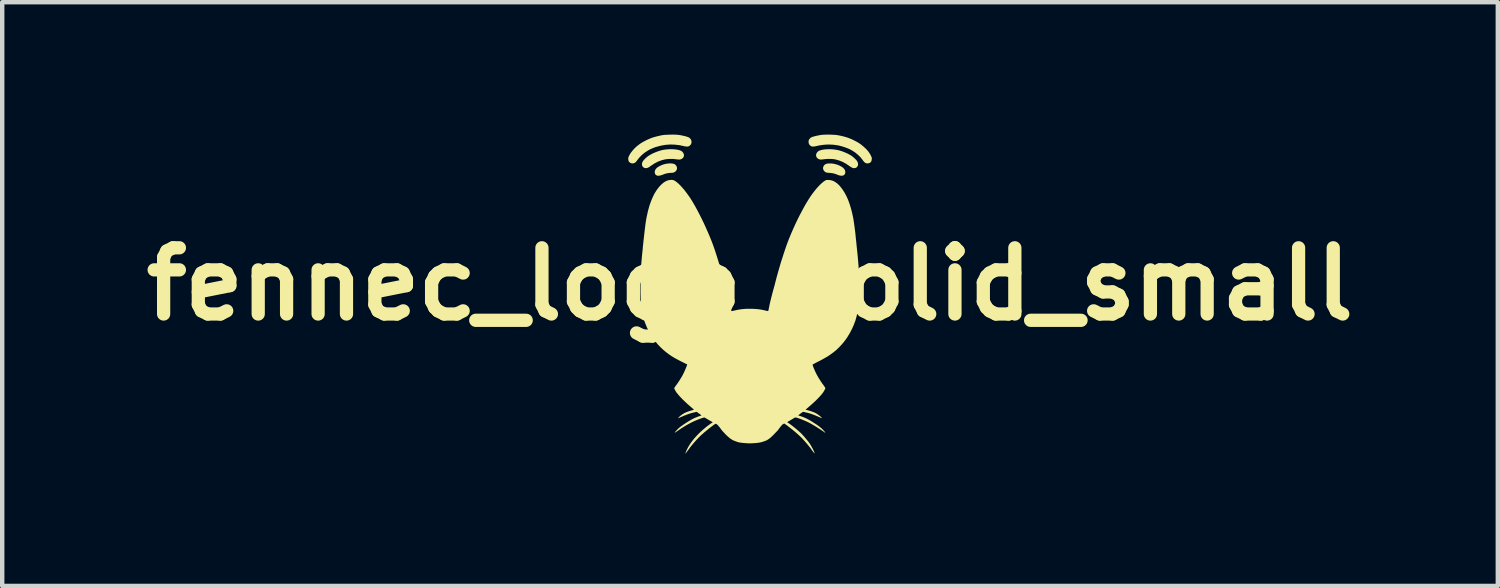
<source format=kicad_pcb>
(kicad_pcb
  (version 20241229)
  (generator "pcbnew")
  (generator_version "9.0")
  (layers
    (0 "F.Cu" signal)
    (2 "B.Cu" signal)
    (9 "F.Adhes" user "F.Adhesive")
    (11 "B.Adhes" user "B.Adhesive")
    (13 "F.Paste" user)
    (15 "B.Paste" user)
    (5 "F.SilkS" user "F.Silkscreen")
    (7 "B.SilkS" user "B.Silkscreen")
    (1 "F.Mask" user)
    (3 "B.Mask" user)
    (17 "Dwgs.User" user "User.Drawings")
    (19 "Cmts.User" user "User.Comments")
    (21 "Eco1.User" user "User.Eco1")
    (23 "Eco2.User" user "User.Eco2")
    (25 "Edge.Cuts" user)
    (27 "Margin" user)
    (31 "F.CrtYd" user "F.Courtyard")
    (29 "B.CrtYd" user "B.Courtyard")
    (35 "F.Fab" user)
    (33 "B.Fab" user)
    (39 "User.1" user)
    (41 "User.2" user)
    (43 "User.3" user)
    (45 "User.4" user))
  (footprint "fennec_logo_solid_small"
    (layer "F.Cu")
    (at 13.943 3.386)
    (property "Reference" "fennec_logo_solid_small" (at 0 0 0) (layer "F.SilkS") (effects (font (size 1.5 1.5) (thickness 0.3))))
    (attr board_only exclude_from_pos_files exclude_from_bom)
    (fp_poly (pts (xy 1.905 -2.724) (xy 1.961 -2.71) (xy 2.018 -2.688) (xy 2.065 -2.665) (xy 2.102 -2.64) (xy 2.13 -2.613) (xy 2.149 -2.584) (xy 2.158 -2.552) (xy 2.159 -2.536) (xy 2.155 -2.507) (xy 2.144 -2.484) (xy 2.125 -2.467) (xy 2.1 -2.457) (xy 2.07 -2.454) (xy 2.035 -2.459) (xy 2.01 -2.466) (xy 1.986 -2.475) (xy 1.96 -2.485) (xy 1.941 -2.492) (xy 1.91 -2.502) (xy 1.872 -2.511) (xy 1.832 -2.517) (xy 1.793 -2.52) (xy 1.787 -2.52) (xy 1.754 -2.522) (xy 1.728 -2.528) (xy 1.705 -2.539) (xy 1.689 -2.551) (xy 1.669 -2.576) (xy 1.657 -2.603) (xy 1.654 -2.632) (xy 1.661 -2.661) (xy 1.677 -2.688) (xy 1.678 -2.689) (xy 1.699 -2.71) (xy 1.726 -2.723) (xy 1.76 -2.731) (xy 1.773 -2.732) (xy 1.839 -2.733)) (stroke (width 0) (type solid)) (fill yes) (layer "F.SilkS"))
    (fp_poly (pts (xy -1.758 -2.731) (xy -1.728 -2.724) (xy -1.714 -2.719) (xy -1.687 -2.7) (xy -1.669 -2.677) (xy -1.657 -2.65) (xy -1.654 -2.622) (xy -1.66 -2.594) (xy -1.674 -2.568) (xy -1.689 -2.551) (xy -1.711 -2.536) (xy -1.734 -2.526) (xy -1.762 -2.521) (xy -1.787 -2.52) (xy -1.825 -2.518) (xy -1.865 -2.512) (xy -1.904 -2.504) (xy -1.936 -2.494) (xy -1.941 -2.492) (xy -1.985 -2.475) (xy -2.022 -2.463) (xy -2.052 -2.456) (xy -2.078 -2.454) (xy -2.099 -2.456) (xy -2.118 -2.463) (xy -2.12 -2.464) (xy -2.141 -2.48) (xy -2.154 -2.503) (xy -2.159 -2.531) (xy -2.159 -2.536) (xy -2.155 -2.568) (xy -2.141 -2.598) (xy -2.118 -2.626) (xy -2.086 -2.652) (xy -2.044 -2.676) (xy -1.992 -2.699) (xy -1.961 -2.71) (xy -1.92 -2.721) (xy -1.878 -2.729) (xy -1.835 -2.733) (xy -1.795 -2.734)) (stroke (width 0) (type solid)) (fill yes) (layer "F.SilkS"))
    (fp_poly (pts (xy -1.75 -3.055) (xy -1.695 -3.051) (xy -1.645 -3.044) (xy -1.602 -3.034) (xy -1.566 -3.02) (xy -1.56 -3.018) (xy -1.537 -3.001) (xy -1.517 -2.978) (xy -1.503 -2.953) (xy -1.499 -2.941) (xy -1.496 -2.912) (xy -1.503 -2.884) (xy -1.518 -2.86) (xy -1.54 -2.84) (xy -1.569 -2.827) (xy -1.592 -2.821) (xy -1.606 -2.821) (xy -1.627 -2.822) (xy -1.651 -2.825) (xy -1.668 -2.827) (xy -1.756 -2.836) (xy -1.842 -2.835) (xy -1.925 -2.825) (xy -2.006 -2.804) (xy -2.086 -2.774) (xy -2.164 -2.733) (xy -2.24 -2.683) (xy -2.243 -2.681) (xy -2.264 -2.666) (xy -2.284 -2.652) (xy -2.302 -2.642) (xy -2.308 -2.639) (xy -2.337 -2.628) (xy -2.368 -2.627) (xy -2.397 -2.633) (xy -2.406 -2.638) (xy -2.428 -2.656) (xy -2.442 -2.679) (xy -2.448 -2.707) (xy -2.447 -2.737) (xy -2.436 -2.768) (xy -2.435 -2.769) (xy -2.422 -2.79) (xy -2.401 -2.816) (xy -2.376 -2.842) (xy -2.346 -2.869) (xy -2.315 -2.894) (xy -2.303 -2.903) (xy -2.255 -2.932) (xy -2.2 -2.961) (xy -2.14 -2.987) (xy -2.078 -3.01) (xy -2.017 -3.029) (xy -1.979 -3.038) (xy -1.923 -3.047) (xy -1.865 -3.053) (xy -1.807 -3.056)) (stroke (width 0) (type solid)) (fill yes) (layer "F.SilkS"))
    (fp_poly (pts (xy 1.855 -3.054) (xy 1.913 -3.048) (xy 1.969 -3.04) (xy 1.979 -3.038) (xy 2.039 -3.023) (xy 2.101 -3.003) (xy 2.162 -2.978) (xy 2.221 -2.951) (xy 2.273 -2.922) (xy 2.303 -2.903) (xy 2.334 -2.879) (xy 2.364 -2.853) (xy 2.392 -2.826) (xy 2.415 -2.8) (xy 2.431 -2.777) (xy 2.435 -2.769) (xy 2.446 -2.737) (xy 2.448 -2.708) (xy 2.442 -2.681) (xy 2.43 -2.659) (xy 2.411 -2.641) (xy 2.387 -2.63) (xy 2.36 -2.626) (xy 2.331 -2.63) (xy 2.302 -2.642) (xy 2.285 -2.652) (xy 2.263 -2.666) (xy 2.242 -2.681) (xy 2.239 -2.684) (xy 2.168 -2.731) (xy 2.093 -2.771) (xy 2.016 -2.801) (xy 1.938 -2.823) (xy 1.898 -2.83) (xy 1.857 -2.834) (xy 1.81 -2.836) (xy 1.76 -2.835) (xy 1.711 -2.832) (xy 1.668 -2.827) (xy 1.643 -2.824) (xy 1.62 -2.822) (xy 1.6 -2.821) (xy 1.592 -2.821) (xy 1.559 -2.83) (xy 1.533 -2.845) (xy 1.513 -2.866) (xy 1.5 -2.892) (xy 1.496 -2.92) (xy 1.499 -2.941) (xy 1.509 -2.967) (xy 1.527 -2.991) (xy 1.549 -3.011) (xy 1.56 -3.018) (xy 1.594 -3.031) (xy 1.637 -3.042) (xy 1.686 -3.05) (xy 1.739 -3.054) (xy 1.796 -3.056)) (stroke (width 0) (type solid)) (fill yes) (layer "F.SilkS"))
    (fp_poly (pts (xy -1.727 -3.386) (xy -1.687 -3.385) (xy -1.651 -3.383) (xy -1.623 -3.38) (xy -1.613 -3.379) (xy -1.559 -3.37) (xy -1.509 -3.359) (xy -1.465 -3.349) (xy -1.428 -3.338) (xy -1.399 -3.327) (xy -1.378 -3.317) (xy -1.377 -3.316) (xy -1.352 -3.294) (xy -1.335 -3.267) (xy -1.326 -3.237) (xy -1.325 -3.207) (xy -1.334 -3.177) (xy -1.343 -3.161) (xy -1.362 -3.139) (xy -1.385 -3.124) (xy -1.412 -3.116) (xy -1.446 -3.116) (xy -1.485 -3.122) (xy -1.502 -3.126) (xy -1.605 -3.148) (xy -1.708 -3.159) (xy -1.813 -3.162) (xy -1.916 -3.154) (xy -2.019 -3.136) (xy -2.12 -3.109) (xy -2.137 -3.104) (xy -2.168 -3.093) (xy -2.2 -3.08) (xy -2.23 -3.068) (xy -2.254 -3.058) (xy -2.259 -3.055) (xy -2.326 -3.018) (xy -2.39 -2.975) (xy -2.448 -2.927) (xy -2.5 -2.875) (xy -2.544 -2.821) (xy -2.546 -2.819) (xy -2.56 -2.799) (xy -2.574 -2.781) (xy -2.586 -2.767) (xy -2.592 -2.76) (xy -2.616 -2.744) (xy -2.645 -2.735) (xy -2.675 -2.734) (xy -2.703 -2.741) (xy -2.728 -2.757) (xy -2.746 -2.778) (xy -2.756 -2.805) (xy -2.759 -2.836) (xy -2.758 -2.853) (xy -2.756 -2.868) (xy -2.751 -2.883) (xy -2.742 -2.902) (xy -2.736 -2.914) (xy -2.705 -2.968) (xy -2.664 -3.021) (xy -2.617 -3.074) (xy -2.563 -3.124) (xy -2.504 -3.169) (xy -2.48 -3.186) (xy -2.443 -3.209) (xy -2.399 -3.233) (xy -2.352 -3.258) (xy -2.305 -3.28) (xy -2.259 -3.3) (xy -2.22 -3.315) (xy -2.174 -3.329) (xy -2.121 -3.344) (xy -2.066 -3.357) (xy -2.012 -3.369) (xy -1.963 -3.377) (xy -1.963 -3.377) (xy -1.935 -3.38) (xy -1.9 -3.382) (xy -1.859 -3.384) (xy -1.816 -3.385) (xy -1.771 -3.386)) (stroke (width 0) (type solid)) (fill yes) (layer "F.SilkS"))
    (fp_poly (pts (xy 1.795 -3.386) (xy 1.839 -3.385) (xy 1.881 -3.383) (xy 1.919 -3.381) (xy 1.95 -3.378) (xy 1.962 -3.377) (xy 2.01 -3.369) (xy 2.062 -3.358) (xy 2.117 -3.345) (xy 2.169 -3.331) (xy 2.215 -3.316) (xy 2.22 -3.315) (xy 2.26 -3.299) (xy 2.306 -3.28) (xy 2.353 -3.257) (xy 2.4 -3.233) (xy 2.444 -3.209) (xy 2.48 -3.186) (xy 2.518 -3.159) (xy 2.558 -3.126) (xy 2.597 -3.092) (xy 2.634 -3.057) (xy 2.664 -3.023) (xy 2.681 -3.003) (xy 2.698 -2.979) (xy 2.716 -2.951) (xy 2.731 -2.924) (xy 2.736 -2.914) (xy 2.747 -2.892) (xy 2.754 -2.875) (xy 2.758 -2.86) (xy 2.759 -2.845) (xy 2.759 -2.836) (xy 2.755 -2.803) (xy 2.745 -2.776) (xy 2.73 -2.757) (xy 2.707 -2.743) (xy 2.68 -2.735) (xy 2.651 -2.734) (xy 2.624 -2.74) (xy 2.622 -2.741) (xy 2.609 -2.747) (xy 2.598 -2.756) (xy 2.586 -2.767) (xy 2.572 -2.783) (xy 2.555 -2.806) (xy 2.546 -2.819) (xy 2.502 -2.873) (xy 2.45 -2.925) (xy 2.392 -2.974) (xy 2.328 -3.017) (xy 2.262 -3.054) (xy 2.259 -3.055) (xy 2.219 -3.073) (xy 2.171 -3.091) (xy 2.12 -3.109) (xy 2.069 -3.124) (xy 2.021 -3.136) (xy 1.994 -3.142) (xy 1.888 -3.157) (xy 1.785 -3.162) (xy 1.682 -3.157) (xy 1.579 -3.143) (xy 1.501 -3.126) (xy 1.46 -3.118) (xy 1.426 -3.115) (xy 1.398 -3.119) (xy 1.374 -3.13) (xy 1.354 -3.148) (xy 1.343 -3.162) (xy 1.332 -3.185) (xy 1.326 -3.213) (xy 1.327 -3.241) (xy 1.334 -3.266) (xy 1.335 -3.269) (xy 1.354 -3.296) (xy 1.379 -3.318) (xy 1.39 -3.324) (xy 1.414 -3.334) (xy 1.447 -3.344) (xy 1.488 -3.355) (xy 1.535 -3.365) (xy 1.587 -3.375) (xy 1.613 -3.379) (xy 1.638 -3.382) (xy 1.67 -3.384) (xy 1.708 -3.385) (xy 1.751 -3.386)) (stroke (width 0) (type solid)) (fill yes) (layer "F.SilkS"))
    (fp_poly (pts (xy -1.747 -2.358) (xy -1.746 -2.358) (xy -1.719 -2.348) (xy -1.687 -2.329) (xy -1.653 -2.303) (xy -1.615 -2.27) (xy -1.575 -2.23) (xy -1.533 -2.184) (xy -1.489 -2.133) (xy -1.446 -2.077) (xy -1.402 -2.017) (xy -1.358 -1.954) (xy -1.343 -1.93) (xy -1.295 -1.853) (xy -1.246 -1.768) (xy -1.196 -1.676) (xy -1.145 -1.579) (xy -1.094 -1.477) (xy -1.043 -1.372) (xy -0.995 -1.266) (xy -0.948 -1.16) (xy -0.904 -1.056) (xy -0.863 -0.954) (xy -0.827 -0.856) (xy -0.795 -0.764) (xy -0.79 -0.749) (xy -0.75 -0.624) (xy -0.71 -0.494) (xy -0.672 -0.363) (xy -0.635 -0.234) (xy -0.601 -0.111) (xy -0.593 -0.078) (xy -0.582 -0.037) (xy -0.569 0.009) (xy -0.557 0.057) (xy -0.544 0.102) (xy -0.536 0.132) (xy -0.522 0.183) (xy -0.508 0.237) (xy -0.494 0.292) (xy -0.481 0.346) (xy -0.468 0.399) (xy -0.457 0.447) (xy -0.447 0.491) (xy -0.44 0.527) (xy -0.437 0.542) (xy -0.432 0.566) (xy -0.428 0.587) (xy -0.424 0.602) (xy -0.422 0.61) (xy -0.422 0.61) (xy -0.417 0.612) (xy -0.407 0.612) (xy -0.39 0.608) (xy -0.368 0.603) (xy -0.279 0.583) (xy -0.188 0.569) (xy -0.093 0.561) (xy 0.007 0.56) (xy 0.045 0.56) (xy 0.121 0.564) (xy 0.19 0.57) (xy 0.256 0.58) (xy 0.321 0.593) (xy 0.345 0.599) (xy 0.369 0.605) (xy 0.389 0.609) (xy 0.404 0.611) (xy 0.412 0.611) (xy 0.412 0.611) (xy 0.414 0.605) (xy 0.418 0.591) (xy 0.423 0.57) (xy 0.428 0.543) (xy 0.434 0.514) (xy 0.434 0.513) (xy 0.443 0.469) (xy 0.453 0.423) (xy 0.465 0.374) (xy 0.478 0.321) (xy 0.493 0.262) (xy 0.51 0.196) (xy 0.53 0.122) (xy 0.534 0.109) (xy 0.544 0.072) (xy 0.554 0.036) (xy 0.563 0.002) (xy 0.57 -0.027) (xy 0.576 -0.05) (xy 0.579 -0.061) (xy 0.6 -0.143) (xy 0.624 -0.23) (xy 0.65 -0.321) (xy 0.677 -0.414) (xy 0.705 -0.508) (xy 0.735 -0.6) (xy 0.764 -0.691) (xy 0.793 -0.778) (xy 0.821 -0.86) (xy 0.848 -0.935) (xy 0.874 -1.003) (xy 0.883 -1.026) (xy 0.928 -1.135) (xy 0.976 -1.245) (xy 1.025 -1.354) (xy 1.076 -1.461) (xy 1.128 -1.565) (xy 1.181 -1.664) (xy 1.232 -1.759) (xy 1.283 -1.847) (xy 1.333 -1.928) (xy 1.376 -1.994) (xy 1.42 -2.055) (xy 1.464 -2.112) (xy 1.508 -2.166) (xy 1.552 -2.215) (xy 1.594 -2.258) (xy 1.635 -2.295) (xy 1.672 -2.325) (xy 1.705 -2.346) (xy 1.707 -2.348) (xy 1.72 -2.354) (xy 1.734 -2.357) (xy 1.75 -2.359) (xy 1.774 -2.359) (xy 1.776 -2.359) (xy 1.827 -2.354) (xy 1.877 -2.34) (xy 1.926 -2.315) (xy 1.974 -2.281) (xy 2.021 -2.237) (xy 2.046 -2.208) (xy 2.096 -2.143) (xy 2.141 -2.073) (xy 2.183 -1.995) (xy 2.221 -1.911) (xy 2.255 -1.818) (xy 2.286 -1.718) (xy 2.314 -1.608) (xy 2.337 -1.504) (xy 2.341 -1.482) (xy 2.345 -1.453) (xy 2.351 -1.417) (xy 2.357 -1.376) (xy 2.363 -1.332) (xy 2.369 -1.287) (xy 2.375 -1.243) (xy 2.38 -1.201) (xy 2.385 -1.163) (xy 2.388 -1.133) (xy 2.39 -1.113) (xy 2.393 -1.085) (xy 2.396 -1.052) (xy 2.4 -1.014) (xy 2.405 -0.974) (xy 2.408 -0.937) (xy 2.418 -0.841) (xy 2.427 -0.755) (xy 2.435 -0.676) (xy 2.442 -0.604) (xy 2.448 -0.538) (xy 2.453 -0.477) (xy 2.458 -0.421) (xy 2.461 -0.366) (xy 2.464 -0.314) (xy 2.467 -0.263) (xy 2.468 -0.211) (xy 2.47 -0.159) (xy 2.471 -0.104) (xy 2.471 -0.045) (xy 2.472 0.017) (xy 2.472 0.064) (xy 2.472 0.13) (xy 2.472 0.188) (xy 2.471 0.239) (xy 2.471 0.283) (xy 2.47 0.322) (xy 2.468 0.357) (xy 2.467 0.389) (xy 2.464 0.42) (xy 2.461 0.451) (xy 2.457 0.484) (xy 2.453 0.518) (xy 2.447 0.557) (xy 2.441 0.6) (xy 2.441 0.601) (xy 2.419 0.714) (xy 2.388 0.827) (xy 2.346 0.937) (xy 2.309 1.019) (xy 2.258 1.116) (xy 2.203 1.206) (xy 2.144 1.29) (xy 2.079 1.368) (xy 2.065 1.383) (xy 2.011 1.44) (xy 1.955 1.493) (xy 1.895 1.543) (xy 1.831 1.59) (xy 1.762 1.637) (xy 1.685 1.682) (xy 1.601 1.728) (xy 1.518 1.77) (xy 1.489 1.785) (xy 1.463 1.799) (xy 1.442 1.81) (xy 1.426 1.819) (xy 1.419 1.824) (xy 1.418 1.826) (xy 1.42 1.838) (xy 1.426 1.858) (xy 1.436 1.884) (xy 1.448 1.915) (xy 1.463 1.949) (xy 1.479 1.985) (xy 1.496 2.021) (xy 1.503 2.035) (xy 1.526 2.077) (xy 1.554 2.126) (xy 1.586 2.177) (xy 1.62 2.229) (xy 1.656 2.279) (xy 1.675 2.306) (xy 1.688 2.324) (xy 1.699 2.341) (xy 1.706 2.353) (xy 1.707 2.358) (xy 1.705 2.368) (xy 1.697 2.385) (xy 1.687 2.405) (xy 1.674 2.427) (xy 1.661 2.448) (xy 1.65 2.464) (xy 1.616 2.507) (xy 1.573 2.555) (xy 1.524 2.606) (xy 1.469 2.66) (xy 1.409 2.715) (xy 1.345 2.771) (xy 1.318 2.795) (xy 1.298 2.812) (xy 1.28 2.827) (xy 1.268 2.838) (xy 1.261 2.844) (xy 1.26 2.845) (xy 1.265 2.848) (xy 1.276 2.851) (xy 1.281 2.852) (xy 1.297 2.856) (xy 1.32 2.862) (xy 1.348 2.87) (xy 1.378 2.88) (xy 1.407 2.89) (xy 1.434 2.9) (xy 1.456 2.908) (xy 1.461 2.911) (xy 1.502 2.932) (xy 1.544 2.959) (xy 1.582 2.988) (xy 1.606 3.01) (xy 1.621 3.026) (xy 1.629 3.036) (xy 1.629 3.039) (xy 1.626 3.039) (xy 1.617 3.035) (xy 1.601 3.028) (xy 1.579 3.019) (xy 1.553 3.008) (xy 1.524 2.995) (xy 1.522 2.995) (xy 1.468 2.972) (xy 1.421 2.954) (xy 1.378 2.939) (xy 1.337 2.926) (xy 1.296 2.915) (xy 1.264 2.908) (xy 1.2 2.894) (xy 1.16 2.923) (xy 1.141 2.937) (xy 1.123 2.95) (xy 1.11 2.96) (xy 1.106 2.963) (xy 1.091 2.975) (xy 1.144 2.992) (xy 1.211 3.016) (xy 1.281 3.047) (xy 1.354 3.086) (xy 1.401 3.114) (xy 1.458 3.151) (xy 1.508 3.183) (xy 1.551 3.213) (xy 1.587 3.242) (xy 1.62 3.269) (xy 1.648 3.296) (xy 1.674 3.325) (xy 1.682 3.334) (xy 1.695 3.35) (xy 1.703 3.362) (xy 1.707 3.37) (xy 1.706 3.372) (xy 1.7 3.368) (xy 1.698 3.367) (xy 1.684 3.356) (xy 1.663 3.341) (xy 1.635 3.322) (xy 1.603 3.3) (xy 1.566 3.277) (xy 1.527 3.252) (xy 1.487 3.227) (xy 1.447 3.203) (xy 1.408 3.18) (xy 1.388 3.168) (xy 1.353 3.149) (xy 1.312 3.128) (xy 1.266 3.107) (xy 1.218 3.087) (xy 1.172 3.068) (xy 1.129 3.051) (xy 1.11 3.045) (xy 1.08 3.035) (xy 1.058 3.028) (xy 1.041 3.024) (xy 1.028 3.023) (xy 1.016 3.026) (xy 1.002 3.032) (xy 0.986 3.042) (xy 0.965 3.056) (xy 0.965 3.056) (xy 0.943 3.069) (xy 0.917 3.084) (xy 0.892 3.099) (xy 0.887 3.102) (xy 0.868 3.112) (xy 0.854 3.121) (xy 0.845 3.127) (xy 0.843 3.128) (xy 0.847 3.133) (xy 0.858 3.14) (xy 0.868 3.147) (xy 0.895 3.165) (xy 0.927 3.189) (xy 0.964 3.217) (xy 1.003 3.248) (xy 1.043 3.28) (xy 1.081 3.313) (xy 1.116 3.344) (xy 1.147 3.372) (xy 1.164 3.388) (xy 1.183 3.409) (xy 1.207 3.435) (xy 1.234 3.465) (xy 1.261 3.498) (xy 1.288 3.53) (xy 1.313 3.56) (xy 1.331 3.584) (xy 1.349 3.609) (xy 1.368 3.638) (xy 1.387 3.67) (xy 1.405 3.704) (xy 1.423 3.736) (xy 1.438 3.767) (xy 1.45 3.795) (xy 1.459 3.818) (xy 1.463 3.834) (xy 1.463 3.837) (xy 1.461 3.837) (xy 1.453 3.829) (xy 1.44 3.813) (xy 1.422 3.79) (xy 1.399 3.759) (xy 1.377 3.728) (xy 1.363 3.708) (xy 1.342 3.683) (xy 1.318 3.653) (xy 1.292 3.621) (xy 1.264 3.588) (xy 1.236 3.556) (xy 1.209 3.526) (xy 1.186 3.501) (xy 1.181 3.495) (xy 1.148 3.463) (xy 1.109 3.426) (xy 1.065 3.387) (xy 1.018 3.346) (xy 0.968 3.305) (xy 0.919 3.265) (xy 0.872 3.229) (xy 0.835 3.201) (xy 0.777 3.16) (xy 0.758 3.168) (xy 0.742 3.177) (xy 0.727 3.19) (xy 0.725 3.192) (xy 0.708 3.211) (xy 0.689 3.235) (xy 0.67 3.259) (xy 0.653 3.282) (xy 0.643 3.297) (xy 0.635 3.307) (xy 0.621 3.323) (xy 0.602 3.343) (xy 0.58 3.366) (xy 0.555 3.392) (xy 0.539 3.409) (xy 0.502 3.445) (xy 0.471 3.474) (xy 0.442 3.498) (xy 0.415 3.517) (xy 0.388 3.534) (xy 0.359 3.548) (xy 0.326 3.56) (xy 0.288 3.573) (xy 0.267 3.58) (xy 0.236 3.587) (xy 0.197 3.594) (xy 0.152 3.6) (xy 0.104 3.604) (xy 0.054 3.607) (xy 0.006 3.609) (xy -0.039 3.608) (xy -0.072 3.607) (xy -0.119 3.603) (xy -0.157 3.6) (xy -0.188 3.596) (xy -0.214 3.593) (xy -0.236 3.589) (xy -0.256 3.585) (xy -0.276 3.58) (xy -0.296 3.573) (xy -0.346 3.555) (xy -0.39 3.536) (xy -0.429 3.513) (xy -0.467 3.485) (xy -0.501 3.455) (xy -0.532 3.427) (xy -0.563 3.396) (xy -0.592 3.364) (xy -0.62 3.334) (xy -0.643 3.307) (xy -0.66 3.285) (xy -0.662 3.282) (xy -0.678 3.259) (xy -0.697 3.236) (xy -0.715 3.214) (xy -0.733 3.194) (xy -0.749 3.18) (xy -0.76 3.171) (xy -0.762 3.17) (xy -0.769 3.167) (xy -0.775 3.166) (xy -0.782 3.167) (xy -0.791 3.171) (xy -0.804 3.179) (xy -0.821 3.19) (xy -0.843 3.207) (xy -0.867 3.225) (xy -0.903 3.252) (xy -0.942 3.283) (xy -0.983 3.317) (xy -1.025 3.351) (xy -1.064 3.385) (xy -1.099 3.416) (xy -1.128 3.443) (xy -1.132 3.447) (xy -1.158 3.472) (xy -1.187 3.503) (xy -1.218 3.536) (xy -1.25 3.572) (xy -1.281 3.608) (xy -1.311 3.643) (xy -1.337 3.674) (xy -1.358 3.702) (xy -1.372 3.721) (xy -1.385 3.74) (xy -1.4 3.76) (xy -1.408 3.769) (xy -1.421 3.787) (xy -1.436 3.807) (xy -1.445 3.82) (xy -1.455 3.835) (xy -1.462 3.841) (xy -1.463 3.838) (xy -1.461 3.826) (xy -1.454 3.807) (xy -1.444 3.782) (xy -1.432 3.755) (xy -1.417 3.725) (xy -1.402 3.695) (xy -1.396 3.686) (xy -1.362 3.629) (xy -1.32 3.57) (xy -1.272 3.509) (xy -1.219 3.449) (xy -1.163 3.39) (xy -1.106 3.335) (xy -1.079 3.311) (xy -1.041 3.279) (xy -1.009 3.252) (xy -0.982 3.23) (xy -0.957 3.21) (xy -0.932 3.192) (xy -0.907 3.174) (xy -0.886 3.159) (xy -0.843 3.13) (xy -0.885 3.108) (xy -0.908 3.095) (xy -0.935 3.079) (xy -0.963 3.063) (xy -0.977 3.054) (xy -0.998 3.042) (xy -1.016 3.031) (xy -1.029 3.025) (xy -1.036 3.023) (xy -1.047 3.025) (xy -1.066 3.03) (xy -1.091 3.038) (xy -1.12 3.048) (xy -1.152 3.06) (xy -1.185 3.073) (xy -1.217 3.086) (xy -1.247 3.099) (xy -1.271 3.109) (xy -1.333 3.139) (xy -1.393 3.171) (xy -1.453 3.205) (xy -1.515 3.243) (xy -1.58 3.285) (xy -1.65 3.333) (xy -1.662 3.341) (xy -1.68 3.353) (xy -1.695 3.363) (xy -1.704 3.368) (xy -1.707 3.368) (xy -1.704 3.361) (xy -1.695 3.349) (xy -1.682 3.333) (xy -1.665 3.315) (xy -1.648 3.296) (xy -1.63 3.278) (xy -1.628 3.276) (xy -1.604 3.255) (xy -1.574 3.231) (xy -1.537 3.204) (xy -1.496 3.176) (xy -1.453 3.147) (xy -1.409 3.119) (xy -1.365 3.093) (xy -1.324 3.069) (xy -1.286 3.049) (xy -1.267 3.04) (xy -1.24 3.028) (xy -1.208 3.015) (xy -1.176 3.003) (xy -1.159 2.997) (xy -1.137 2.989) (xy -1.118 2.983) (xy -1.105 2.978) (xy -1.1 2.976) (xy -1.103 2.973) (xy -1.113 2.964) (xy -1.129 2.953) (xy -1.148 2.939) (xy -1.153 2.935) (xy -1.209 2.895) (xy -1.269 2.909) (xy -1.312 2.919) (xy -1.353 2.931) (xy -1.396 2.945) (xy -1.441 2.962) (xy -1.493 2.982) (xy -1.522 2.995) (xy -1.551 3.007) (xy -1.578 3.018) (xy -1.6 3.028) (xy -1.617 3.035) (xy -1.626 3.039) (xy -1.626 3.039) (xy -1.63 3.039) (xy -1.627 3.033) (xy -1.617 3.022) (xy -1.606 3.01) (xy -1.573 2.98) (xy -1.534 2.952) (xy -1.492 2.926) (xy -1.461 2.911) (xy -1.441 2.902) (xy -1.413 2.892) (xy -1.382 2.881) (xy -1.35 2.871) (xy -1.321 2.862) (xy -1.296 2.855) (xy -1.294 2.854) (xy -1.281 2.85) (xy -1.272 2.847) (xy -1.271 2.845) (xy -1.276 2.841) (xy -1.286 2.831) (xy -1.302 2.817) (xy -1.321 2.8) (xy -1.331 2.792) (xy -1.405 2.728) (xy -1.471 2.667) (xy -1.531 2.609) (xy -1.583 2.555) (xy -1.627 2.505) (xy -1.66 2.464) (xy -1.673 2.446) (xy -1.686 2.425) (xy -1.698 2.403) (xy -1.708 2.384) (xy -1.715 2.368) (xy -1.717 2.359) (xy -1.714 2.352) (xy -1.707 2.339) (xy -1.695 2.322) (xy -1.683 2.305) (xy -1.646 2.255) (xy -1.611 2.203) (xy -1.578 2.151) (xy -1.548 2.101) (xy -1.522 2.055) (xy -1.504 2.018) (xy -1.487 1.983) (xy -1.472 1.947) (xy -1.457 1.914) (xy -1.445 1.884) (xy -1.435 1.859) (xy -1.428 1.839) (xy -1.424 1.826) (xy -1.424 1.821) (xy -1.429 1.818) (xy -1.441 1.812) (xy -1.461 1.803) (xy -1.485 1.79) (xy -1.514 1.776) (xy -1.54 1.764) (xy -1.628 1.718) (xy -1.709 1.674) (xy -1.782 1.63) (xy -1.848 1.584) (xy -1.91 1.537) (xy -1.969 1.487) (xy -2.026 1.433) (xy -2.028 1.431) (xy -2.086 1.37) (xy -2.139 1.307) (xy -2.188 1.24) (xy -2.236 1.168) (xy -2.283 1.087) (xy -2.283 1.087) (xy -2.337 0.98) (xy -2.382 0.868) (xy -2.418 0.752) (xy -2.445 0.634) (xy -2.454 0.577) (xy -2.46 0.533) (xy -2.465 0.492) (xy -2.469 0.453) (xy -2.473 0.414) (xy -2.475 0.375) (xy -2.478 0.333) (xy -2.479 0.287) (xy -2.48 0.236) (xy -2.481 0.179) (xy -2.481 0.114) (xy -2.481 0.066) (xy -2.481 -0.049) (xy -2.479 -0.156) (xy -2.475 -0.258) (xy -2.471 -0.356) (xy -2.464 -0.453) (xy -2.456 -0.55) (xy -2.447 -0.648) (xy -2.443 -0.684) (xy -2.439 -0.718) (xy -2.436 -0.75) (xy -2.434 -0.776) (xy -2.432 -0.795) (xy -2.431 -0.8) (xy -2.428 -0.84) (xy -2.423 -0.888) (xy -2.417 -0.942) (xy -2.411 -1) (xy -2.404 -1.061) (xy -2.397 -1.123) (xy -2.39 -1.184) (xy -2.383 -1.243) (xy -2.376 -1.297) (xy -2.371 -1.344) (xy -2.365 -1.383) (xy -2.365 -1.387) (xy -2.356 -1.444) (xy -2.345 -1.506) (xy -2.331 -1.57) (xy -2.317 -1.634) (xy -2.301 -1.696) (xy -2.285 -1.753) (xy -2.27 -1.803) (xy -2.262 -1.824) (xy -2.247 -1.865) (xy -2.23 -1.908) (xy -2.212 -1.951) (xy -2.194 -1.99) (xy -2.178 -2.024) (xy -2.166 -2.047) (xy -2.13 -2.107) (xy -2.091 -2.162) (xy -2.05 -2.213) (xy -2.007 -2.257) (xy -1.964 -2.294) (xy -1.921 -2.323) (xy -1.881 -2.342) (xy -1.847 -2.353) (xy -1.811 -2.359) (xy -1.776 -2.361)) (stroke (width 0) (type solid)) (fill yes) (layer "F.SilkS")))
  (gr_rect
    (start -3 -3)
    (end 30.886 10.226)
    (stroke (width 0.1) (type default))
    (fill no)
    (layer "Edge.Cuts")))
</source>
